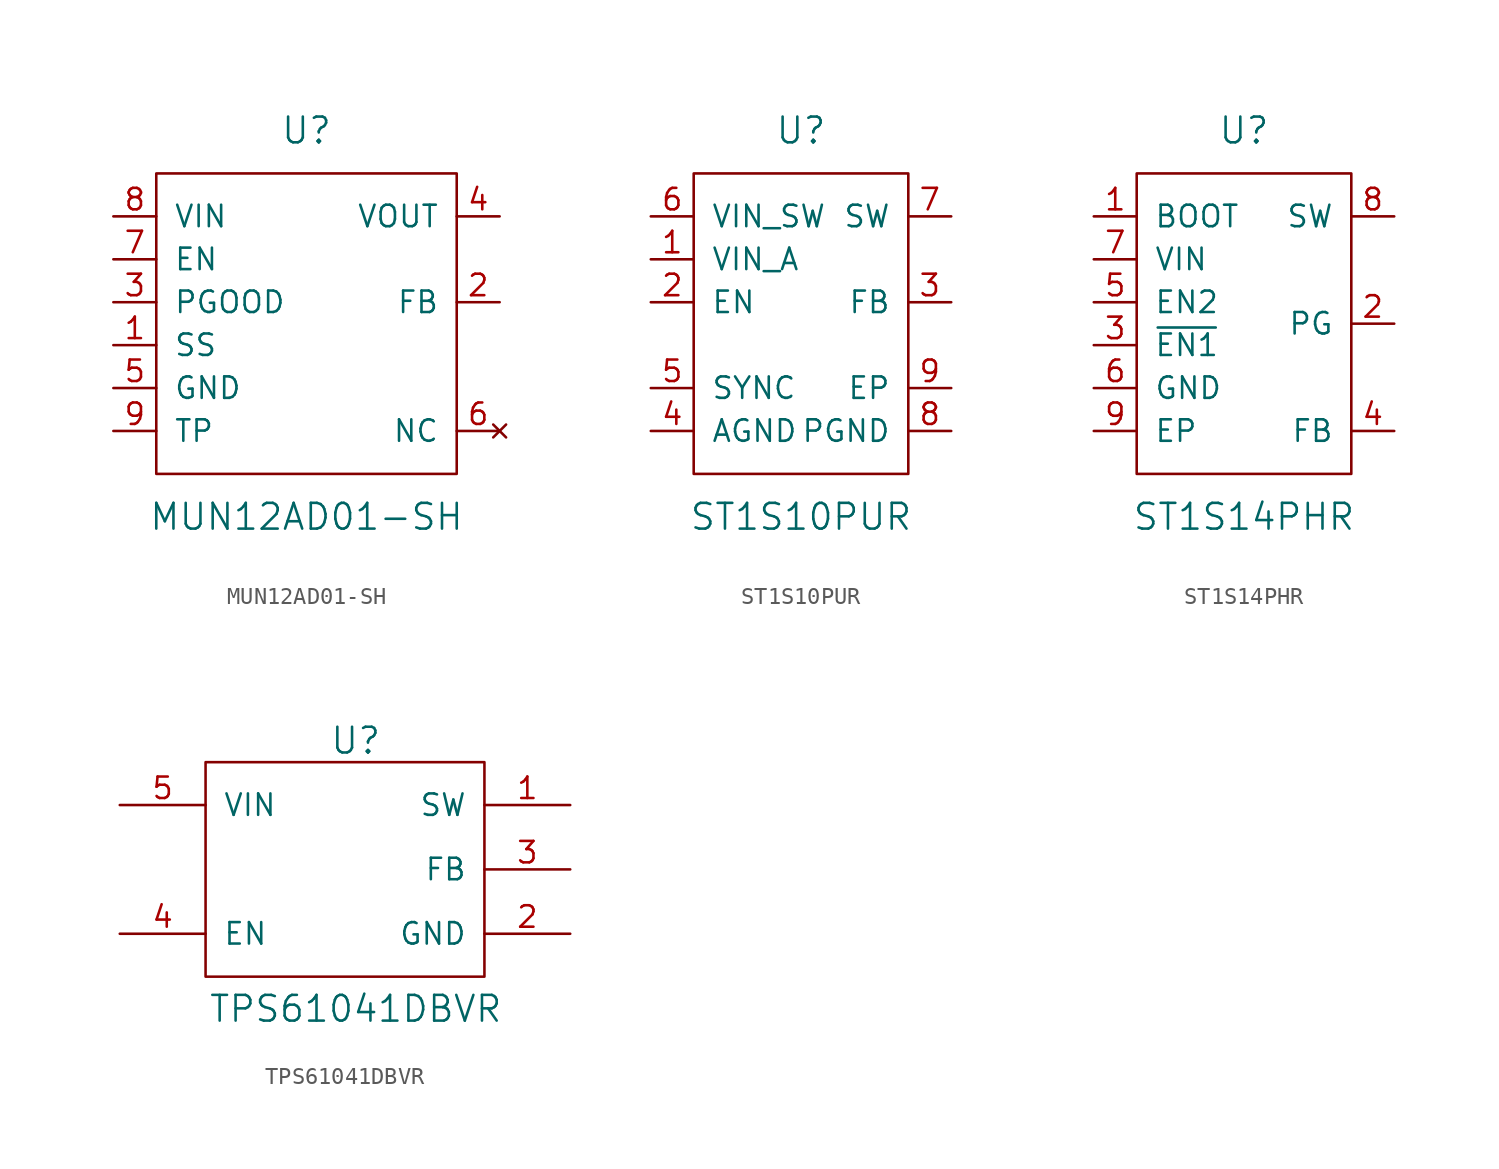
<source format=kicad_sym>
(kicad_symbol_lib
  (version 20201005)
  (generator kicad_symbol_editor)
  (symbol "MUN12AD01-SH"
    (pin_names
      (offset 1.016))
    (property "Reference" "U"
      (at 0 11.43 0)
      (effects (font (size 1.524 1.524))))
    (property "Value" "MUN12AD01-SH"
      (at 0 -11.43 0)
      (effects (font (size 1.524 1.524))))
    (symbol "MUN12AD01-SH_0_1"
      (rectangle (start -8.89 8.89) (end 8.89 -8.89) (stroke (width 0)) (fill (type none))))
    (symbol "MUN12AD01-SH_1_1"
      (pin input line (at -11.43 -1.27 0) (length 2.54) (name "SS" (effects (font (size 1.27 1.27)))) (number "1" (effects (font (size 1.27 1.27)))))
      (pin input line (at 11.43 1.27 180) (length 2.54) (name "FB" (effects (font (size 1.27 1.27)))) (number "2" (effects (font (size 1.27 1.27)))))
      (pin output line (at -11.43 1.27 0) (length 2.54) (name "PGOOD" (effects (font (size 1.27 1.27)))) (number "3" (effects (font (size 1.27 1.27)))))
      (pin power_out line (at 11.43 6.35 180) (length 2.54) (name "VOUT" (effects (font (size 1.27 1.27)))) (number "4" (effects (font (size 1.27 1.27)))))
      (pin power_in line (at -11.43 -3.81 0) (length 2.54) (name "GND" (effects (font (size 1.27 1.27)))) (number "5" (effects (font (size 1.27 1.27)))))
      (pin unconnected line (at 11.43 -6.35 180) (length 2.54) (name "NC" (effects (font (size 1.27 1.27)))) (number "6" (effects (font (size 1.27 1.27)))))
      (pin input line (at -11.43 3.81 0) (length 2.54) (name "EN" (effects (font (size 1.27 1.27)))) (number "7" (effects (font (size 1.27 1.27)))))
      (pin power_in line (at -11.43 6.35 0) (length 2.54) (name "VIN" (effects (font (size 1.27 1.27)))) (number "8" (effects (font (size 1.27 1.27)))))
      (pin power_in line (at -11.43 -6.35 0) (length 2.54) (name "TP" (effects (font (size 1.27 1.27)))) (number "9" (effects (font (size 1.27 1.27)))))))
  (symbol "ST1S10PUR"
    (pin_names
      (offset 1.016))
    (property "Reference" "U"
      (at 0 11.43 0)
      (effects (font (size 1.524 1.524))))
    (property "Value" "ST1S10PUR"
      (at 0 -11.43 0)
      (effects (font (size 1.524 1.524))))
    (symbol "ST1S10PUR_0_1"
      (rectangle (start -6.35 8.89) (end 6.35 -8.89) (stroke (width 0)) (fill (type none))))
    (symbol "ST1S10PUR_1_1"
      (pin power_in line (at -8.89 3.81 0) (length 2.54) (name "VIN_A" (effects (font (size 1.27 1.27)))) (number "1" (effects (font (size 1.27 1.27)))))
      (pin input line (at -8.89 1.27 0) (length 2.54) (name "EN" (effects (font (size 1.27 1.27)))) (number "2" (effects (font (size 1.27 1.27)))))
      (pin input line (at 8.89 1.27 180) (length 2.54) (name "FB" (effects (font (size 1.27 1.27)))) (number "3" (effects (font (size 1.27 1.27)))))
      (pin power_in line (at -8.89 -6.35 0) (length 2.54) (name "AGND" (effects (font (size 1.27 1.27)))) (number "4" (effects (font (size 1.27 1.27)))))
      (pin input line (at -8.89 -3.81 0) (length 2.54) (name "SYNC" (effects (font (size 1.27 1.27)))) (number "5" (effects (font (size 1.27 1.27)))))
      (pin power_in line (at -8.89 6.35 0) (length 2.54) (name "VIN_SW" (effects (font (size 1.27 1.27)))) (number "6" (effects (font (size 1.27 1.27)))))
      (pin power_out line (at 8.89 6.35 180) (length 2.54) (name "SW" (effects (font (size 1.27 1.27)))) (number "7" (effects (font (size 1.27 1.27)))))
      (pin power_in line (at 8.89 -6.35 180) (length 2.54) (name "PGND" (effects (font (size 1.27 1.27)))) (number "8" (effects (font (size 1.27 1.27)))))
      (pin passive line (at 8.89 -3.81 180) (length 2.54) (name "EP" (effects (font (size 1.27 1.27)))) (number "9" (effects (font (size 1.27 1.27)))))))
  (symbol "ST1S14PHR"
    (pin_names
      (offset 1.016))
    (property "Reference" "U"
      (at 0 11.43 0)
      (effects (font (size 1.524 1.524))))
    (property "Value" "ST1S14PHR"
      (at 0 -11.43 0)
      (effects (font (size 1.524 1.524))))
    (symbol "ST1S14PHR_0_1"
      (rectangle (start -6.35 8.89) (end 6.35 -8.89) (stroke (width 0)) (fill (type none))))
    (symbol "ST1S14PHR_1_1"
      (pin input line (at -8.89 6.35 0) (length 2.54) (name "BOOT" (effects (font (size 1.27 1.27)))) (number "1" (effects (font (size 1.27 1.27)))))
      (pin open_collector line (at 8.89 0 180) (length 2.54) (name "PG" (effects (font (size 1.27 1.27)))) (number "2" (effects (font (size 1.27 1.27)))))
      (pin input line (at -8.89 -1.27 0) (length 2.54) (name "~EN1" (effects (font (size 1.27 1.27)))) (number "3" (effects (font (size 1.27 1.27)))))
      (pin input line (at 8.89 -6.35 180) (length 2.54) (name "FB" (effects (font (size 1.27 1.27)))) (number "4" (effects (font (size 1.27 1.27)))))
      (pin input line (at -8.89 1.27 0) (length 2.54) (name "EN2" (effects (font (size 1.27 1.27)))) (number "5" (effects (font (size 1.27 1.27)))))
      (pin power_in line (at -8.89 -3.81 0) (length 2.54) (name "GND" (effects (font (size 1.27 1.27)))) (number "6" (effects (font (size 1.27 1.27)))))
      (pin power_in line (at -8.89 3.81 0) (length 2.54) (name "VIN" (effects (font (size 1.27 1.27)))) (number "7" (effects (font (size 1.27 1.27)))))
      (pin power_out line (at 8.89 6.35 180) (length 2.54) (name "SW" (effects (font (size 1.27 1.27)))) (number "8" (effects (font (size 1.27 1.27)))))
      (pin passive line (at -8.89 -6.35 0) (length 2.54) (name "EP" (effects (font (size 1.27 1.27)))) (number "9" (effects (font (size 1.27 1.27)))))))
  (symbol "TPS61041DBVR"
    (pin_names
      (offset 1.016))
    (property "Reference" "U"
      (at 0 7.62 0)
      (effects (font (size 1.524 1.524))))
    (property "Value" "TPS61041DBVR"
      (at 0 -8.255 0)
      (effects (font (size 1.524 1.524))))
    (symbol "TPS61041DBVR_0_1"
      (rectangle (start -8.89 6.35) (end 7.62 -6.35) (stroke (width 0)) (fill (type none))))
    (symbol "TPS61041DBVR_1_1"
      (pin power_out line (at 12.7 3.81 180) (length 5.08) (name "SW" (effects (font (size 1.27 1.27)))) (number "1" (effects (font (size 1.27 1.27)))))
      (pin power_in line (at 12.7 -3.81 180) (length 5.08) (name "GND" (effects (font (size 1.27 1.27)))) (number "2" (effects (font (size 1.27 1.27)))))
      (pin input line (at 12.7 0 180) (length 5.08) (name "FB" (effects (font (size 1.27 1.27)))) (number "3" (effects (font (size 1.27 1.27)))))
      (pin input line (at -13.97 -3.81 0) (length 5.08) (name "EN" (effects (font (size 1.27 1.27)))) (number "4" (effects (font (size 1.27 1.27)))))
      (pin power_in line (at -13.97 3.81 0) (length 5.08) (name "VIN" (effects (font (size 1.27 1.27)))) (number "5" (effects (font (size 1.27 1.27))))))))
</source>
